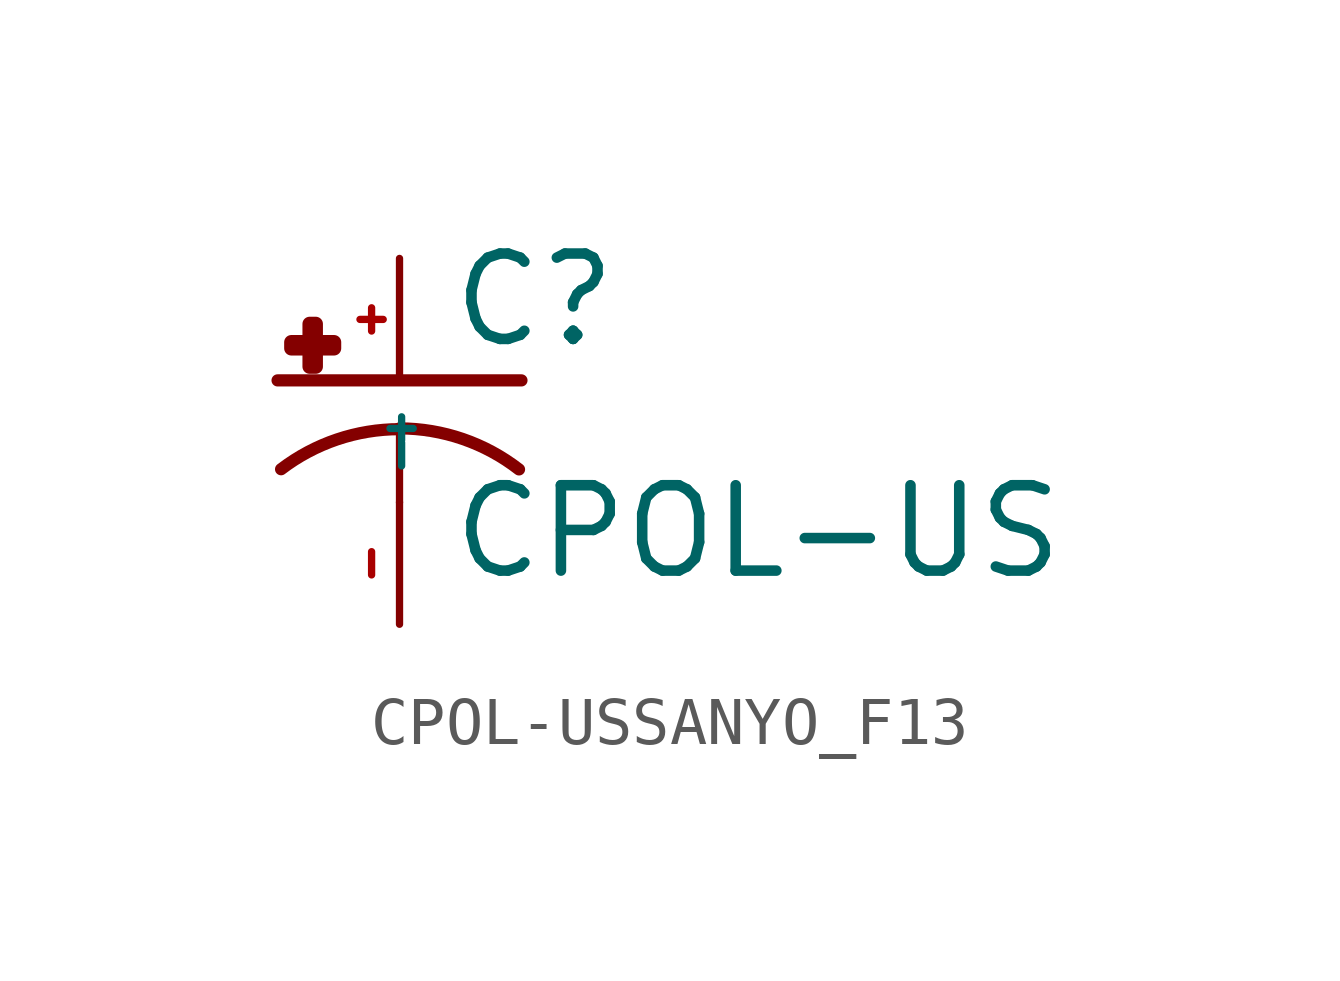
<source format=kicad_sym>
(kicad_symbol_lib
  (version 20220914)
  (generator Eagle2Kicad)
  (symbol "CPOL-USSANYO_F13"
    (property "Reference" "C"
      (at 1.016 0.635 0)
      (effects (font (size 1.778 1.778) (thickness 0.22)) (justify left bottom)))
    (property "Value" "CPOL-US"
      (at 1.016 -4.191 0)
      (effects (font (size 1.778 1.778) (thickness 0.22)) (justify left bottom)))
    (polyline
      (pts (xy -2.54 0) (xy 2.54 0))
      (stroke (width 0.254) (type default))
      (fill (type none)))
    (polyline
      (pts (xy 0 -1.016) (xy 0 -2.54))
      (stroke (width 0.152) (type default))
      (fill (type none)))
    (arc
      (start 2.4892 -1.8542)
      (mid 1.316 -1.220)
      (end 0 -1)
      (stroke (width 0.254) (type default))
      (fill (type none)))
    (arc
      (start 0 -1.0161)
      (mid -1.302 -1.230)
      (end -2.4669 -1.8504)
      (stroke (width 0.254) (type default))
      (fill (type none)))
    (rectangle
      (start -2.253 0.668)
      (end -1.364 0.795)
      (stroke (width 0.3) (type default))
      (fill (type outline)))
    (rectangle
      (start -1.872 0.287)
      (end -1.745 1.176)
      (stroke (width 0.3) (type default))
      (fill (type outline)))
    (pin passive line
      (at 0 2.54 270)
      (length 2.54)
      (name "+" (effects (font (size 0.635 0.635) (thickness 0.08)) (justify left bottom)))
      (number "+" (effects (font (size 0.635 0.635) (thickness 0.08)) (justify left bottom))))
    (pin passive line
      (at 0 -5.08 90)
      (length 2.54)
      (name "-" (effects (font (size 0.635 0.635) (thickness 0.08)) (justify left bottom)))
      (number "-" (effects (font (size 0.635 0.635) (thickness 0.08)) (justify left bottom))))))
</source>
